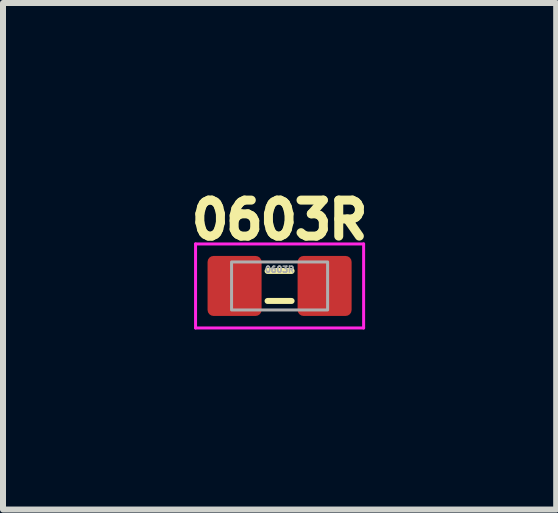
<source format=kicad_pcb>
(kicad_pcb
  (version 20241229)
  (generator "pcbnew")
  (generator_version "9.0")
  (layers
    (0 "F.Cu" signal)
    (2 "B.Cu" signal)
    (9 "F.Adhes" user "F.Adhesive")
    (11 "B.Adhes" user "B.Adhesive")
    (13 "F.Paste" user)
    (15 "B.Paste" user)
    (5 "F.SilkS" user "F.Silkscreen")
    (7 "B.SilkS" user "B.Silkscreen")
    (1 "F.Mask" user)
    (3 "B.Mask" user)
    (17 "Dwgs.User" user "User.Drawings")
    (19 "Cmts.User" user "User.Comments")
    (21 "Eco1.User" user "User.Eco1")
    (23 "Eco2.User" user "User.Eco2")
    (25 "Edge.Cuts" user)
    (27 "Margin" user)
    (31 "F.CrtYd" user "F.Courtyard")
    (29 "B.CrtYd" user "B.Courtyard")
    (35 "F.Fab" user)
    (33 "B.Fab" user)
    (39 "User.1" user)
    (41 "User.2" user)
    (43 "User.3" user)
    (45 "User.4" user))
  (footprint "0603R"
    (layer "F.Cu")
    (at 1.608 1.714)
    (property "Reference" "0603R" (at 0 -1.1 0) (layer "F.SilkS") (effects (font (size 0.6 0.6) (thickness 0.15))))
    (attr smd)
    (fp_line (start -0.2 -0.25) (end 0.2 -0.25) (stroke (width 0.1) (type solid)) (layer "F.SilkS"))
    (fp_line (start -0.2 0.25) (end 0.2 0.25) (stroke (width 0.1) (type solid)) (layer "F.SilkS"))
    (fp_line (start -1.4 -0.7) (end 1.4 -0.7) (stroke (width 0.05) (type solid)) (layer "F.CrtYd"))
    (fp_line (start -1.4 0.7) (end -1.4 -0.7) (stroke (width 0.05) (type solid)) (layer "F.CrtYd"))
    (fp_line (start 1.4 -0.7) (end 1.4 0.7) (stroke (width 0.05) (type solid)) (layer "F.CrtYd"))
    (fp_line (start 1.4 0.7) (end -1.4 0.7) (stroke (width 0.05) (type solid)) (layer "F.CrtYd"))
    (fp_rect (start 0.8 -0.4) (end -0.8 0.4) (stroke (width 0.05) (type solid)) (fill no) (layer "F.Fab"))
    (fp_text user "${REFERENCE}" (at 0 -0.275 0) (layer "F.Fab") (effects (font (size 0.1 0.1) (thickness 0.025))))
    (pad "1" smd roundrect (at -0.75 0) (size 0.9 1) (layers "F.Cu" "F.Mask" "F.Paste") (roundrect_rratio 0.111))
    (pad "2" smd roundrect (at 0.75 0) (size 0.9 1) (layers "F.Cu" "F.Mask" "F.Paste") (roundrect_rratio 0.111)))
  (gr_rect
    (start -3 -3)
    (end 6.216 5.439)
    (stroke (width 0.1) (type default))
    (fill no)
    (layer "Edge.Cuts")))
</source>
